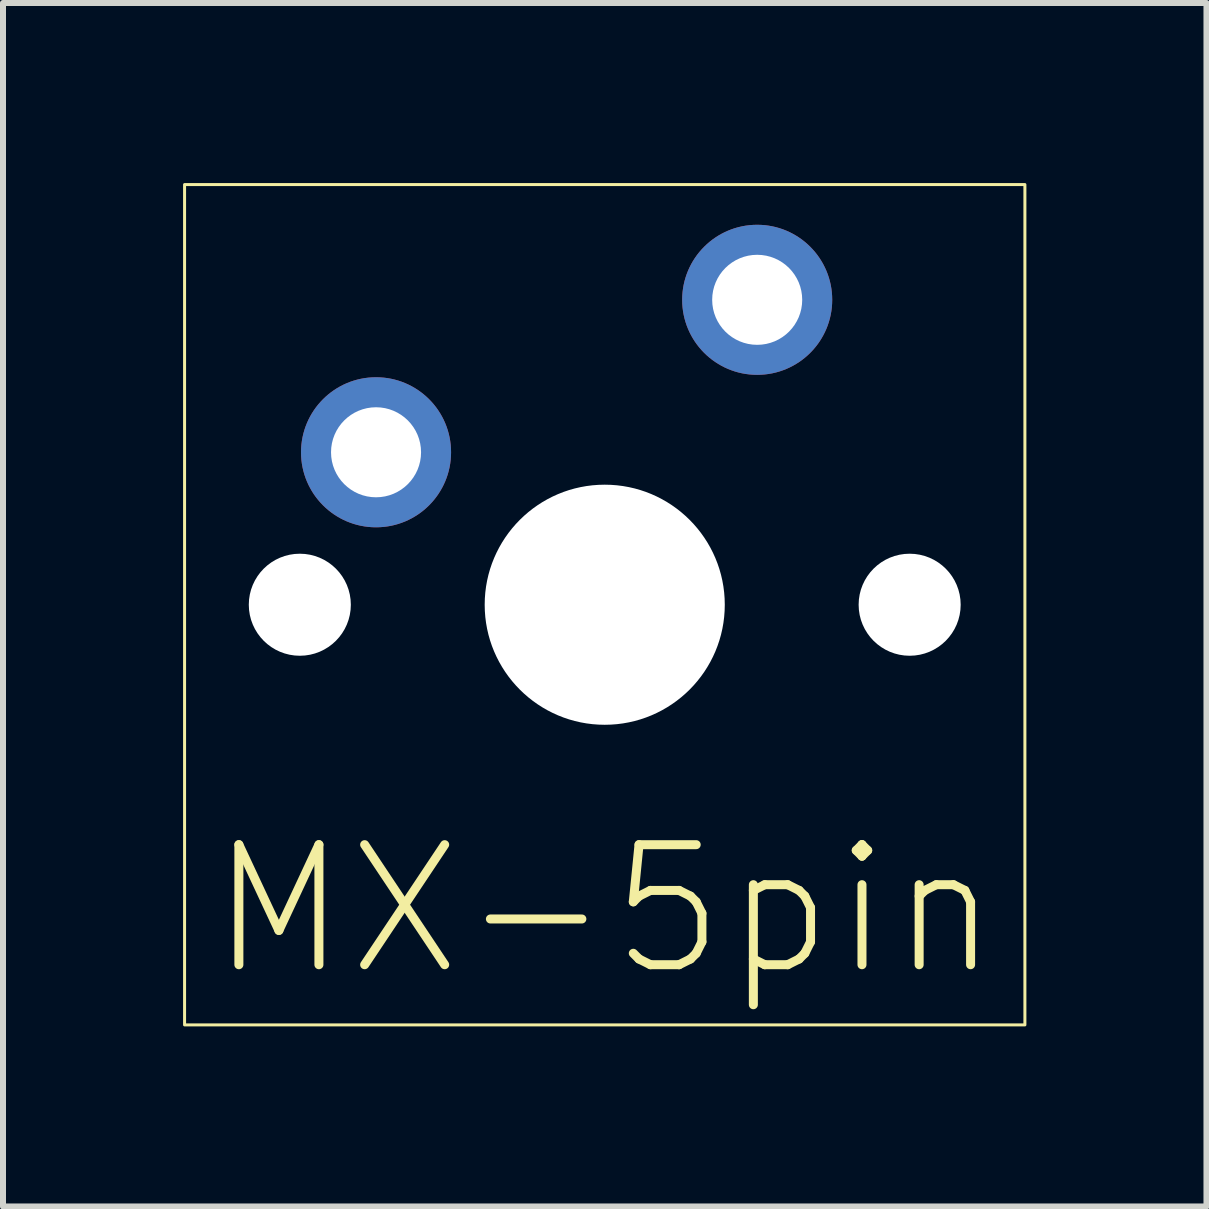
<source format=kicad_pcb>
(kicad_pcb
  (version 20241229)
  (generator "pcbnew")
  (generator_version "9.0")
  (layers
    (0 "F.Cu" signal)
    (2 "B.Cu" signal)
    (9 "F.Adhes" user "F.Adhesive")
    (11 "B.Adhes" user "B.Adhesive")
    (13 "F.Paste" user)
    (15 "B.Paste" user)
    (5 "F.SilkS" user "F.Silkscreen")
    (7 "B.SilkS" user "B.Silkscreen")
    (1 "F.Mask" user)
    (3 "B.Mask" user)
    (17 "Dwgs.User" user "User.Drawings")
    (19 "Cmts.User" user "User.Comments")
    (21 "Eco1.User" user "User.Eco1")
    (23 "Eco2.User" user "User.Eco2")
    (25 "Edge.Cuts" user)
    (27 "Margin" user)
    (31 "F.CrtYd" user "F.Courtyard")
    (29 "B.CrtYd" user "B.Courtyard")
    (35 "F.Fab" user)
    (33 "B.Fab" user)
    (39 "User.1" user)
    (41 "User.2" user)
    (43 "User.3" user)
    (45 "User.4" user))
  (footprint "MX-5pin"
    (layer "F.Cu")
    (at 7.025 7.025)
    (property "Reference" "MX-5pin" (at 0 5.08 0) (unlocked yes) (layer "F.SilkS") (effects (font (size 2 2) (thickness 0.15))))
    (attr through_hole)
    (fp_rect (start -7 -7) (end 7 7) (stroke (width 0.05) (type solid)) (fill no) (layer "F.SilkS"))
    (pad "" np_thru_hole circle (at -5.08 0) (size 1.7 1.7) (drill 1.7) (layers "*.Cu" "*.Mask"))
    (pad "" np_thru_hole circle (at 0 0) (size 4 4) (drill 4) (layers "*.Cu" "*.Mask"))
    (pad "" np_thru_hole circle (at 5.08 0) (size 1.7 1.7) (drill 1.7) (layers "*.Cu" "*.Mask"))
    (pad "1" thru_hole circle (at 2.54 -5.08) (size 2.5 2.5) (drill 1.5) (layers "*.Cu" "*.Mask"))
    (pad "2" thru_hole circle (at -3.81 -2.54) (size 2.5 2.5) (drill 1.5) (layers "*.Cu" "*.Mask")))
  (gr_rect
    (start -3 -3)
    (end 17.05 17.05)
    (stroke (width 0.1) (type default))
    (fill no)
    (layer "Edge.Cuts")))
</source>
